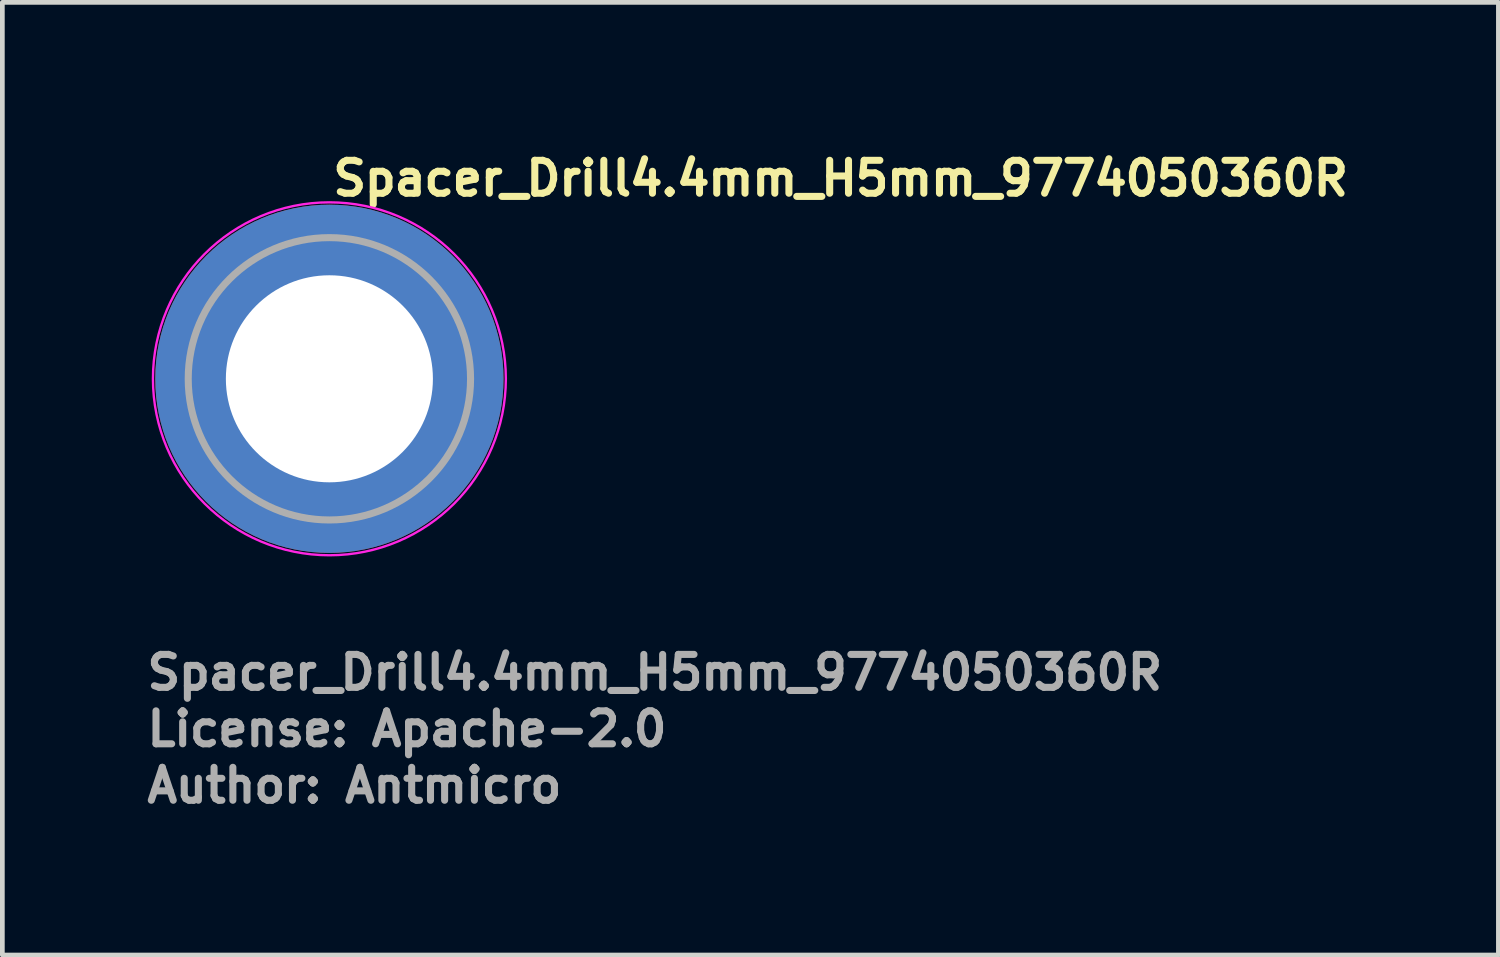
<source format=kicad_pcb>
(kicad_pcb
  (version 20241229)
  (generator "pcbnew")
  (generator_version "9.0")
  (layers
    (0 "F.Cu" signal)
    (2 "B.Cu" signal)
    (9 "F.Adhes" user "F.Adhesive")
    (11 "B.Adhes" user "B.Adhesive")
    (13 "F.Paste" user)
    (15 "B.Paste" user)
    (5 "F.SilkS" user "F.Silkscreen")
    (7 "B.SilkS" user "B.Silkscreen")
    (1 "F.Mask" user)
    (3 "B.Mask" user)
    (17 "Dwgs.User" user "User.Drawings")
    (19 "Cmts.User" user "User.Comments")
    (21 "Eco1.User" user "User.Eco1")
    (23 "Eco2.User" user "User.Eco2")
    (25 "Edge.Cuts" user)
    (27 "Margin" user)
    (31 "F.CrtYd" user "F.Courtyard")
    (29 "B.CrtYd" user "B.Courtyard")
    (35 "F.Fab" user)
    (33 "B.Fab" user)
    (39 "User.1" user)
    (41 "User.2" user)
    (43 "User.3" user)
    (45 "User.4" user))
  (footprint "Spacer_Drill4.4mm_H5mm_9774050360R"
    (layer "F.Cu")
    (at 3.95 5)
    (property "Reference" "Spacer_Drill4.4mm_H5mm_9774050360R" (at 0 -3.85 0) (layer "F.SilkS") (effects (font (size 0.7 0.7) (thickness 0.15)) (justify left bottom)))
    (attr smd)
    (fp_circle (center 0 0) (end 3.75 0) (stroke (width 0.05) (type solid)) (fill no) (layer "F.CrtYd"))
    (fp_circle (center 0 0) (end 3 0) (stroke (width 0.15) (type solid)) (fill no) (layer "F.Fab"))
    (fp_circle (center 0 0) (end 1.2 0) (stroke (width 0.02) (type default)) (fill no) (layer "User.9"))
    (fp_circle (center 0 0) (end 3 0) (stroke (width 0.02) (type default)) (fill no) (layer "User.9"))
    (fp_text user "License: Apache-2.0" (at -3.95 7.85 0) (layer "F.Fab") (effects (font (size 0.7 0.7) (thickness 0.15)) (justify left bottom)))
    (fp_text user "${REFERENCE}" (at -3.95 6.65 0) (layer "F.Fab") (effects (font (size 0.7 0.7) (thickness 0.15)) (justify left bottom)))
    (fp_text user "Author: Antmicro" (at -3.95 9.05 0) (layer "F.Fab") (effects (font (size 0.7 0.7) (thickness 0.15)) (justify left bottom)))
    (pad "" smd custom (at -2.1 -2.1) (size 0.7 0.7) (layers "F.Paste") (options (anchor circle)) (primitives (gr_arc (start -0.377294 1.707681) (mid 0.317578 0.318818) (end 1.705945 -0.377044) (width 0.2)) (gr_arc (start -0.478281 1.707681) (mid 0.244583 0.250396) (end 1.699539 -0.477144) (width 0.2)) (gr_arc (start -0.579192 1.707681) (mid 0.173852 0.179706) (end 1.699475 -0.57809) (width 0.2)) (gr_arc (start -0.680037 1.707681) (mid 0.102165 0.109975) (end 1.696729 -0.678615) (width 0.2)) (gr_arc (start -0.780822 1.707681) (mid 0.031098 0.039621) (end 1.695722 -0.779322) (width 0.2)) (gr_arc (start -0.881554 1.707681) (mid -0.041167 -0.029528) (end 1.691343 -0.879562) (width 0.2)) (gr_arc (start -0.982237 1.707681) (mid -0.109168 -0.10296) (end 1.69896 -0.98122) (width 0.2)) (gr_arc (start -1.082877 1.707681) (mid -0.184209 -0.16932) (end 1.686763 -1.080475) (width 0.2)) (gr_arc (start -1.183476 1.707681) (mid -0.252982 -0.241979) (end 1.692214 -1.181768) (width 0.2)) (gr_arc (start -1.28404 1.707681) (mid -0.319065 -0.317332) (end 1.705244 -1.283783) (width 0.2)) (gr_line (start 1.708 -0.377) (end 1.708 -1.284) (width 0.2)) (gr_line (start -0.377 1.708) (end -1.284 1.708) (width 0.2))))
    (pad "" smd custom (at -2.1 2.1) (size 0.7 0.7) (layers "F.Paste") (options (anchor circle)) (primitives (gr_arc (start 1.707681 0.377294) (mid 0.318818 -0.317578) (end -0.377044 -1.705945) (width 0.2)) (gr_arc (start 1.707681 0.478281) (mid 0.250396 -0.244583) (end -0.477144 -1.699539) (width 0.2)) (gr_arc (start 1.707681 0.579192) (mid 0.179706 -0.173852) (end -0.57809 -1.699475) (width 0.2)) (gr_arc (start 1.707681 0.680037) (mid 0.109975 -0.102165) (end -0.678615 -1.696729) (width 0.2)) (gr_arc (start 1.707681 0.780822) (mid 0.039621 -0.031098) (end -0.779322 -1.695722) (width 0.2)) (gr_arc (start 1.707681 0.881554) (mid -0.029528 0.041167) (end -0.879562 -1.691343) (width 0.2)) (gr_arc (start 1.707681 0.982237) (mid -0.10485 0.107282) (end -0.981842 -1.704264) (width 0.2)) (gr_arc (start 1.707681 1.082877) (mid -0.169319 0.18421) (end -1.080475 -1.686759) (width 0.2)) (gr_arc (start 1.707681 1.183476) (mid -0.241979 0.252982) (end -1.181768 -1.692214) (width 0.2)) (gr_arc (start 1.707681 1.28404) (mid -0.315258 0.321134) (end -1.283164 -1.699417) (width 0.2)) (gr_line (start -0.377 -1.708) (end -1.284 -1.708) (width 0.2)) (gr_line (start 1.708 0.377) (end 1.708 1.284) (width 0.2))))
    (pad "" smd custom (at 2.1 -2.1) (size 0.7 0.7) (layers "F.Paste") (options (anchor circle)) (primitives (gr_arc (start -1.707681 -0.377294) (mid -0.318817 0.317579) (end 0.377044 1.705947) (width 0.2)) (gr_arc (start -1.707681 -0.478281) (mid -0.248815 0.24616) (end 0.477764 1.703961) (width 0.2)) (gr_arc (start -1.707681 -0.579192) (mid -0.182997 0.170578) (end 0.576824 1.690278) (width 0.2)) (gr_arc (start -1.707681 -0.680037) (mid -0.113388 0.098771) (end 0.67734 1.687185) (width 0.2)) (gr_arc (start -1.707681 -0.780822) (mid -0.039621 0.031098) (end 0.779322 1.695722) (width 0.2)) (gr_arc (start -1.707681 -0.881554) (mid 0.031359 -0.039345) (end 0.880198 1.696469) (width 0.2)) (gr_arc (start -1.707681 -0.982237) (mid 0.101068 -0.111053) (end 0.98059 1.693657) (width 0.2)) (gr_arc (start -1.707681 -1.082877) (mid 0.16932 -0.184209) (end 1.080475 1.686763) (width 0.2)) (gr_arc (start -1.707681 -1.183476) (mid 0.243995 -0.250974) (end 1.182402 1.69787) (width 0.2)) (gr_arc (start -1.707681 -1.28404) (mid 0.315257 -0.321134) (end 1.283162 1.699417) (width 0.2)) (gr_line (start 0.377 1.708) (end 1.284 1.708) (width 0.2)) (gr_line (start -1.708 -0.377) (end -1.708 -1.284) (width 0.2))))
    (pad "" smd custom (at 2.1 2.1) (size 0.7 0.7) (layers "F.Paste") (options (anchor circle)) (primitives (gr_arc (start 0.377294 -1.707681) (mid -0.317579 -0.318817) (end -1.705947 0.377044) (width 0.2)) (gr_arc (start 0.478281 -1.707681) (mid -0.24616 -0.248815) (end -1.703961 0.477764) (width 0.2)) (gr_arc (start 0.579192 -1.707681) (mid -0.170578 -0.182997) (end -1.690278 0.576824) (width 0.2)) (gr_arc (start 0.680037 -1.707681) (mid -0.098771 -0.113388) (end -1.687185 0.67734) (width 0.2)) (gr_arc (start 0.780822 -1.707681) (mid -0.031098 -0.039621) (end -1.695722 0.779322) (width 0.2)) (gr_arc (start 0.881554 -1.707681) (mid 0.039345 0.031359) (end -1.696469 0.880198) (width 0.2)) (gr_arc (start 0.982237 -1.707681) (mid 0.111053 0.101068) (end -1.693657 0.98059) (width 0.2)) (gr_arc (start 1.082877 -1.707681) (mid 0.184209 0.16932) (end -1.686763 1.080475) (width 0.2)) (gr_arc (start 1.183476 -1.707681) (mid 0.250974 0.243995) (end -1.69787 1.182402) (width 0.2)) (gr_arc (start 1.28404 -1.707681) (mid 0.321134 0.315257) (end -1.699417 1.283162) (width 0.2)) (gr_line (start -1.708 0.377) (end -1.708 1.284) (width 0.2)) (gr_line (start 0.377 -1.708) (end 1.284 -1.708) (width 0.2))))
    (pad "1" thru_hole circle (at 0 0) (size 7.4 7.4) (drill 4.4) (layers "*.Cu" "*.Mask")))
  (gr_rect
    (start -3 -3)
    (end 28.793 17.245)
    (stroke (width 0.1) (type default))
    (fill no)
    (layer "Edge.Cuts")))
</source>
